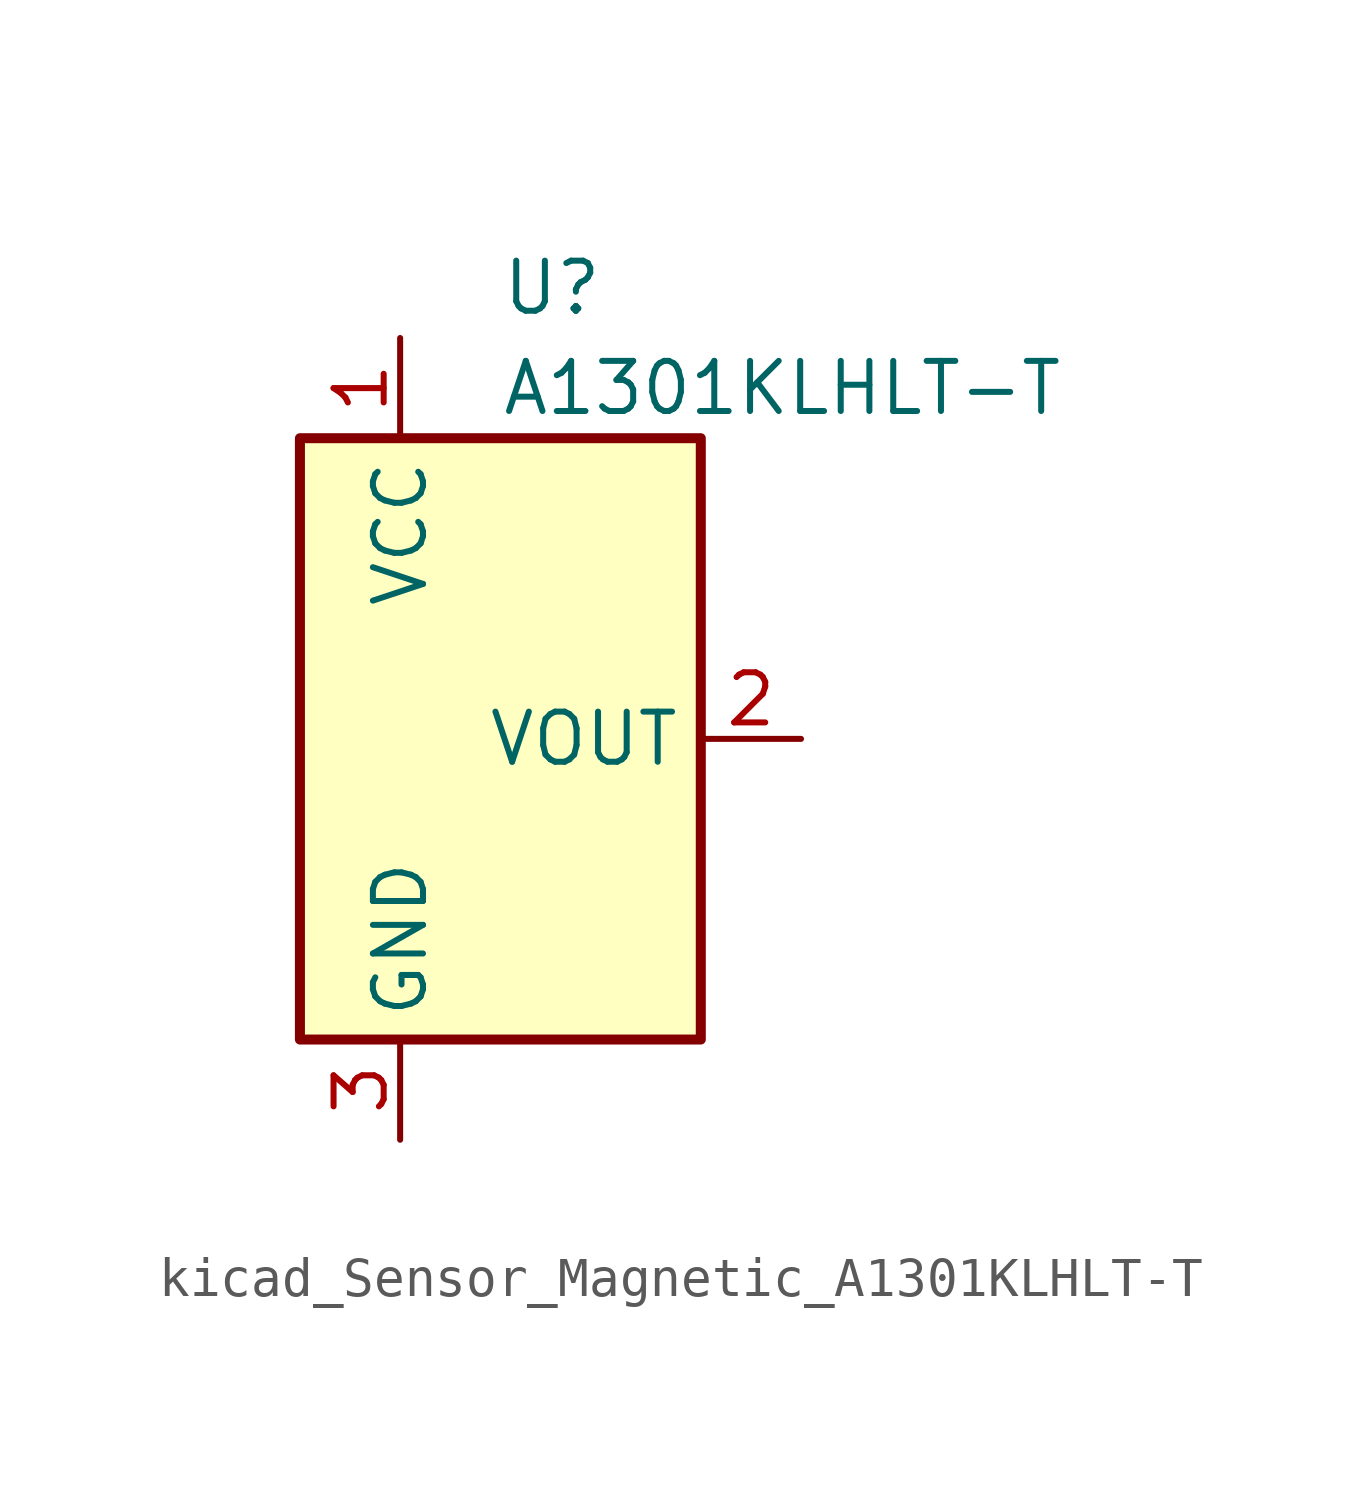
<source format=kicad_sym>
(kicad_symbol_lib
  (version 20220914)
  (generator kicad_symbol_editor)
  (symbol "kicad_Sensor_Magnetic_A1301KLHLT-T"
    (property "Reference" "U"
      (at 0 11.43 0)
      (effects (font (size 1.27 1.27)) (justify left)))
    (property "Value" "A1301KLHLT-T"
      (at 0 8.89 0)
      (effects (font (size 1.27 1.27)) (justify left)))
    (symbol "kicad_Sensor_Magnetic_A1301KLHLT-T_0_1"
      (rectangle (start -5.08 7.62) (end 5.08 -7.62) (stroke (width 0.254) (type default)) (fill (type background))))
    (symbol "kicad_Sensor_Magnetic_A1301KLHLT-T_1_1"
      (pin power_in line (at -2.54 10.16 270) (length 2.54) (name "VCC" (effects (font (size 1.27 1.27)))) (number "1" (effects (font (size 1.27 1.27)))))
      (pin output line (at 7.62 0 180) (length 2.54) (name "VOUT" (effects (font (size 1.27 1.27)))) (number "2" (effects (font (size 1.27 1.27)))))
      (pin power_in line (at -2.54 -10.16 90) (length 2.54) (name "GND" (effects (font (size 1.27 1.27)))) (number "3" (effects (font (size 1.27 1.27))))))))
</source>
